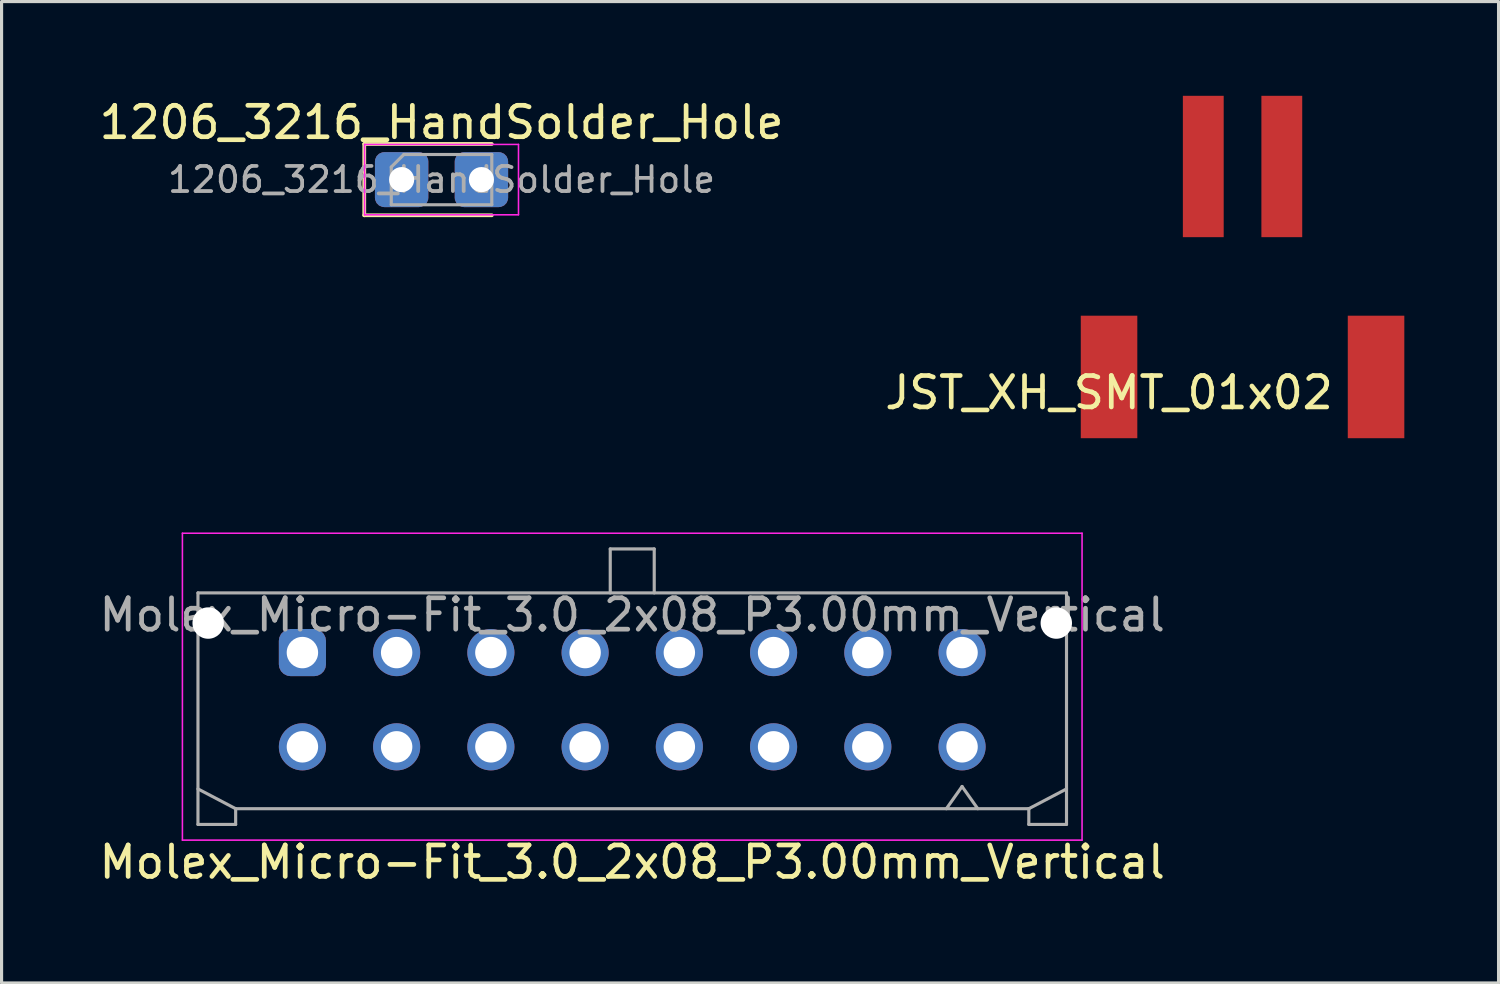
<source format=kicad_pcb>
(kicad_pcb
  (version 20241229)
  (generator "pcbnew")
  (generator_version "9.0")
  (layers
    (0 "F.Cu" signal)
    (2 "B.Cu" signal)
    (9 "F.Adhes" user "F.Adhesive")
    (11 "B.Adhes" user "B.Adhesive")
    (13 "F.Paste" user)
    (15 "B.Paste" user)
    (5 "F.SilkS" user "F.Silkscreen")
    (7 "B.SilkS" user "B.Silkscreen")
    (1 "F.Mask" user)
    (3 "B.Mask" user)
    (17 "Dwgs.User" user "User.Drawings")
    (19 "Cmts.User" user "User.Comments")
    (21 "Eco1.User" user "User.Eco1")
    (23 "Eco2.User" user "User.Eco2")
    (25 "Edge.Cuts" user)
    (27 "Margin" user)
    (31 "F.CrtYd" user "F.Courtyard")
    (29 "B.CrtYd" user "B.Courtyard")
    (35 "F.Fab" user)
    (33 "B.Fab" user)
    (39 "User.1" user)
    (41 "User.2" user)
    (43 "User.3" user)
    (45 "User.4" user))
  (footprint "JST_XH_SMT_01x02"
    (layer "F.Cu")
    (at 32.256 8.95)
    (property "Reference" "JST_XH_SMT_01x02" (at 0 0.5 0) (layer "F.SilkS") (effects (font (size 1 1) (thickness 0.15))))
    (attr through_hole)
    (pad "" smd rect (at 0 0) (size 1.8 3.9) (layers "F.Cu" "F.Mask" "F.Paste"))
    (pad "" smd rect (at 8.5 0) (size 1.8 3.9) (layers "F.Cu" "F.Mask" "F.Paste"))
    (pad "1" smd rect (at 3 -6.7) (size 1.3 4.5) (layers "F.Cu" "F.Mask" "F.Paste"))
    (pad "2" smd rect (at 5.5 -6.7) (size 1.3 4.5) (layers "F.Cu" "F.Mask" "F.Paste")))
  (footprint "1206_3216_HandSolder_Hole"
    (layer "F.Cu")
    (at 11.006 2.668)
    (property "Reference" "1206_3216_HandSolder_Hole" (at 0 -1.82 0) (layer "F.SilkS") (effects (font (size 1 1) (thickness 0.15))))
    (attr smd)
    (fp_line (start -2.46 -1.135) (end -2.46 1.135) (stroke (width 0.12) (type solid)) (layer "F.SilkS"))
    (fp_line (start -2.46 1.135) (end 1.6 1.135) (stroke (width 0.12) (type solid)) (layer "F.SilkS"))
    (fp_line (start 1.6 -1.135) (end -2.46 -1.135) (stroke (width 0.12) (type solid)) (layer "F.SilkS"))
    (fp_line (start -2.45 -1.12) (end 2.45 -1.12) (stroke (width 0.05) (type solid)) (layer "F.CrtYd"))
    (fp_line (start -2.45 1.12) (end -2.45 -1.12) (stroke (width 0.05) (type solid)) (layer "F.CrtYd"))
    (fp_line (start 2.45 -1.12) (end 2.45 1.12) (stroke (width 0.05) (type solid)) (layer "F.CrtYd"))
    (fp_line (start 2.45 1.12) (end -2.45 1.12) (stroke (width 0.05) (type solid)) (layer "F.CrtYd"))
    (fp_line (start -1.6 -0.4) (end -1.6 0.8) (stroke (width 0.1) (type solid)) (layer "F.Fab"))
    (fp_line (start -1.6 0.8) (end 1.6 0.8) (stroke (width 0.1) (type solid)) (layer "F.Fab"))
    (fp_line (start -1.2 -0.8) (end -1.6 -0.4) (stroke (width 0.1) (type solid)) (layer "F.Fab"))
    (fp_line (start 1.6 -0.8) (end -1.2 -0.8) (stroke (width 0.1) (type solid)) (layer "F.Fab"))
    (fp_line (start 1.6 0.8) (end 1.6 -0.8) (stroke (width 0.1) (type solid)) (layer "F.Fab"))
    (fp_text user "${REFERENCE}" (at 0 0 0) (layer "F.Fab") (effects (font (size 0.8 0.8) (thickness 0.12))))
    (pad "1" thru_hole roundrect (at -1.27 0) (size 1.7 1.75) (drill 0.8) (layers "*.Cu" "*.Mask") (roundrect_rratio 0.175))
    (pad "2" thru_hole roundrect (at 1.27 0) (size 1.7 1.75) (drill 0.8) (layers "*.Cu" "*.Mask") (roundrect_rratio 0.175)))
  (footprint "Molex_Micro-Fit_3.0_2x08_P3.00mm_Vertical"
    (layer "F.Cu")
    (at 16.147 18.185)
    (property "Reference" "Molex_Micro-Fit_3.0_2x08_P3.00mm_Vertical" (at 0.93 6.21 180) (layer "F.SilkS") (effects (font (size 1 1) (thickness 0.15))))
    (attr through_hole)
    (fp_line (start -13.39 -4.26) (end 15.25 -4.26) (stroke (width 0.05) (type solid)) (layer "F.CrtYd"))
    (fp_line (start -13.39 5.51) (end -13.39 -4.26) (stroke (width 0.05) (type solid)) (layer "F.CrtYd"))
    (fp_line (start 15.25 -4.26) (end 15.25 5.51) (stroke (width 0.05) (type solid)) (layer "F.CrtYd"))
    (fp_line (start 15.25 5.51) (end -13.39 5.51) (stroke (width 0.05) (type solid)) (layer "F.CrtYd"))
    (fp_line (start -12.895 -2.36) (end -12.895 5.01) (stroke (width 0.1) (type solid)) (layer "F.Fab"))
    (fp_line (start -12.895 3.88) (end -11.695 4.51) (stroke (width 0.1) (type solid)) (layer "F.Fab"))
    (fp_line (start -12.895 5.01) (end -11.695 5.01) (stroke (width 0.1) (type solid)) (layer "F.Fab"))
    (fp_line (start -11.695 4.51) (end 13.555 4.51) (stroke (width 0.1) (type solid)) (layer "F.Fab"))
    (fp_line (start -11.695 5.01) (end -11.695 4.51) (stroke (width 0.1) (type solid)) (layer "F.Fab"))
    (fp_line (start 0.23 -3.76) (end 0.23 -2.36) (stroke (width 0.1) (type solid)) (layer "F.Fab"))
    (fp_line (start 1.63 -3.76) (end 0.23 -3.76) (stroke (width 0.1) (type solid)) (layer "F.Fab"))
    (fp_line (start 1.63 -2.36) (end 1.63 -3.76) (stroke (width 0.1) (type solid)) (layer "F.Fab"))
    (fp_line (start 11.43 3.803) (end 10.93 4.51) (stroke (width 0.1) (type solid)) (layer "F.Fab"))
    (fp_line (start 11.93 4.51) (end 11.43 3.803) (stroke (width 0.1) (type solid)) (layer "F.Fab"))
    (fp_line (start 13.555 4.51) (end 13.555 5.01) (stroke (width 0.1) (type solid)) (layer "F.Fab"))
    (fp_line (start 13.555 5.01) (end 14.755 5.01) (stroke (width 0.1) (type solid)) (layer "F.Fab"))
    (fp_line (start 14.755 -2.36) (end -12.895 -2.36) (stroke (width 0.1) (type solid)) (layer "F.Fab"))
    (fp_line (start 14.755 3.88) (end 13.555 4.51) (stroke (width 0.1) (type solid)) (layer "F.Fab"))
    (fp_line (start 14.755 5.01) (end 14.755 -2.36) (stroke (width 0.1) (type solid)) (layer "F.Fab"))
    (fp_text user "${REFERENCE}" (at 0.93 -1.66 180) (layer "F.Fab") (effects (font (size 1 1) (thickness 0.15))))
    (pad "" np_thru_hole circle (at -12.57 -1.4 180) (size 1 1) (drill 1) (layers "*.Cu" "*.Mask"))
    (pad "" np_thru_hole circle (at 14.43 -1.4 180) (size 1 1) (drill 1) (layers "*.Cu" "*.Mask"))
    (pad "1" thru_hole roundrect (at -9.57 -0.46 180) (size 1.5 1.5) (drill 1) (layers "*.Cu" "*.Mask") (roundrect_rratio 0.25))
    (pad "2" thru_hole circle (at -6.57 -0.46 180) (size 1.5 1.5) (drill 1) (layers "*.Cu" "*.Mask"))
    (pad "3" thru_hole circle (at -3.57 -0.46 180) (size 1.5 1.5) (drill 1) (layers "*.Cu" "*.Mask"))
    (pad "4" thru_hole circle (at -0.57 -0.46 180) (size 1.5 1.5) (drill 1) (layers "*.Cu" "*.Mask"))
    (pad "5" thru_hole circle (at 2.43 -0.46 180) (size 1.5 1.5) (drill 1) (layers "*.Cu" "*.Mask"))
    (pad "6" thru_hole circle (at 5.43 -0.46 180) (size 1.5 1.5) (drill 1) (layers "*.Cu" "*.Mask"))
    (pad "7" thru_hole circle (at 8.43 -0.46 180) (size 1.5 1.5) (drill 1) (layers "*.Cu" "*.Mask"))
    (pad "8" thru_hole circle (at 11.43 -0.46 180) (size 1.5 1.5) (drill 1) (layers "*.Cu" "*.Mask"))
    (pad "9" thru_hole circle (at -9.57 2.54 180) (size 1.5 1.5) (drill 1) (layers "*.Cu" "*.Mask"))
    (pad "10" thru_hole circle (at -6.57 2.54 180) (size 1.5 1.5) (drill 1) (layers "*.Cu" "*.Mask"))
    (pad "11" thru_hole circle (at -3.57 2.54 180) (size 1.5 1.5) (drill 1) (layers "*.Cu" "*.Mask"))
    (pad "12" thru_hole circle (at -0.57 2.54 180) (size 1.5 1.5) (drill 1) (layers "*.Cu" "*.Mask"))
    (pad "13" thru_hole circle (at 2.43 2.54 180) (size 1.5 1.5) (drill 1) (layers "*.Cu" "*.Mask"))
    (pad "14" thru_hole circle (at 5.43 2.54 180) (size 1.5 1.5) (drill 1) (layers "*.Cu" "*.Mask"))
    (pad "15" thru_hole circle (at 8.43 2.54 180) (size 1.5 1.5) (drill 1) (layers "*.Cu" "*.Mask"))
    (pad "16" thru_hole circle (at 11.43 2.54 180) (size 1.5 1.5) (drill 1) (layers "*.Cu" "*.Mask")))
  (gr_rect
    (start -3 -3)
    (end 44.656 28.243)
    (stroke (width 0.1) (type default))
    (fill no)
    (layer "Edge.Cuts")))
</source>
